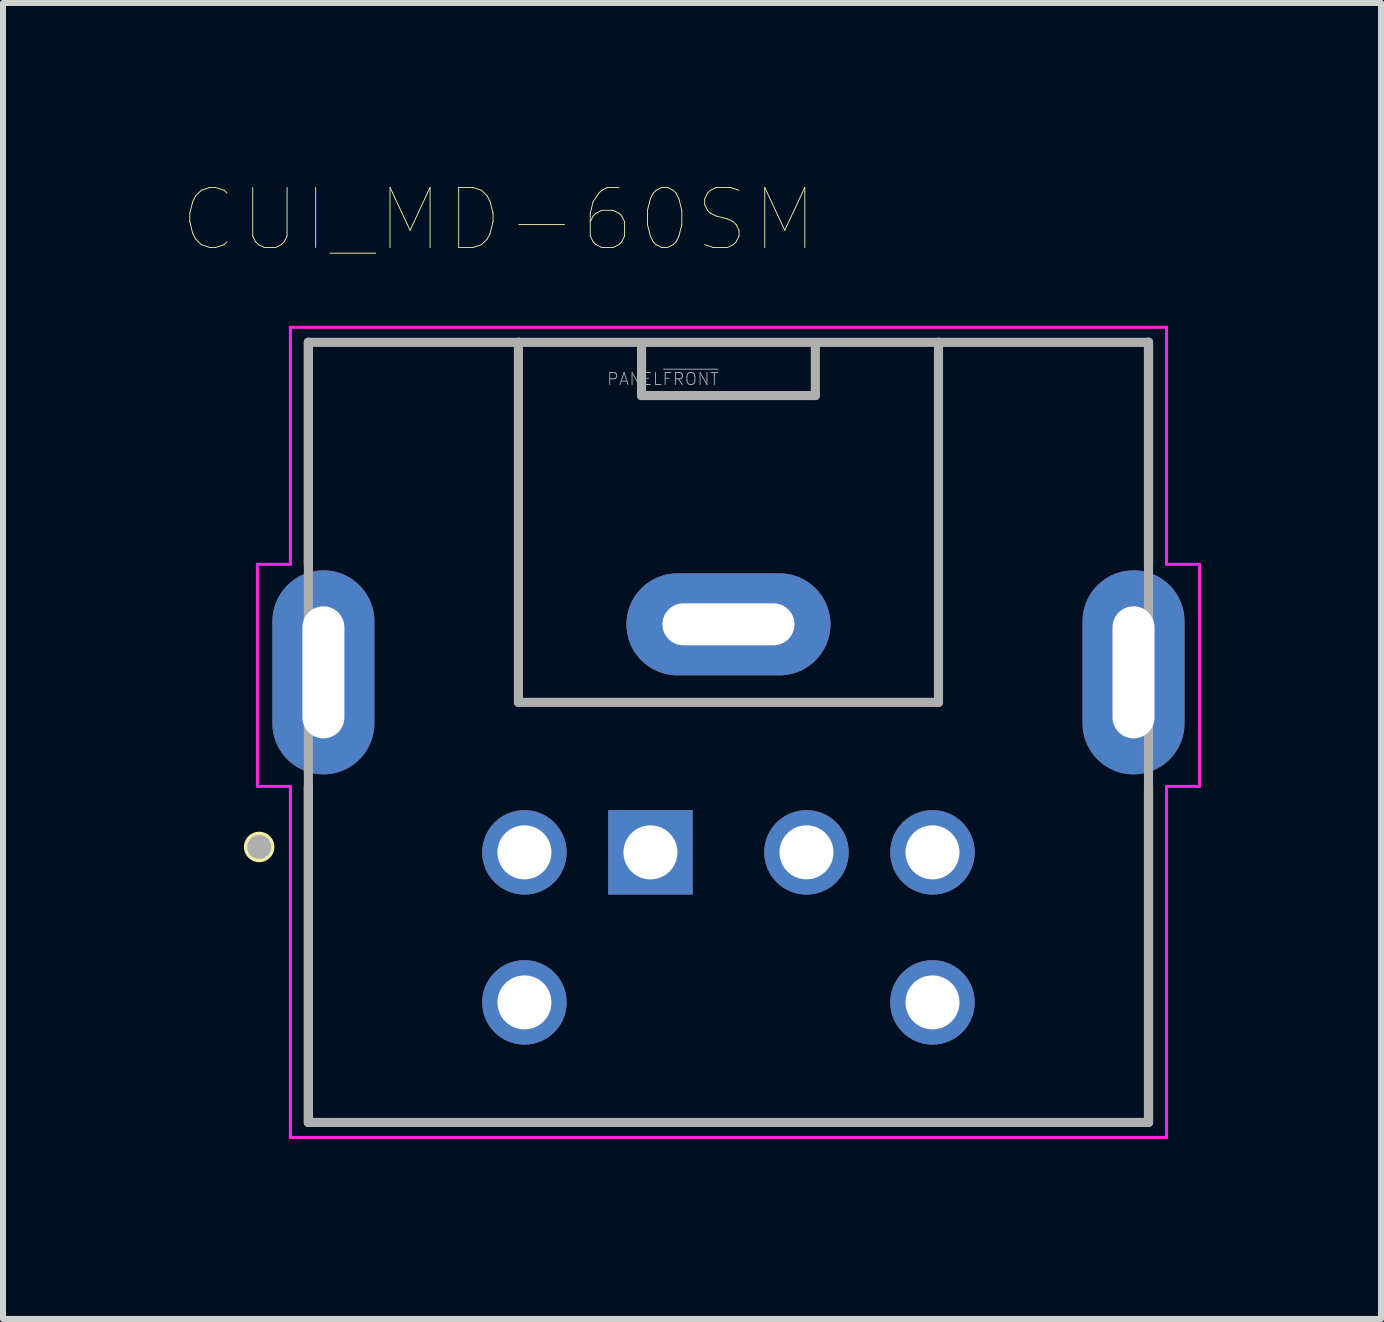
<source format=kicad_pcb>
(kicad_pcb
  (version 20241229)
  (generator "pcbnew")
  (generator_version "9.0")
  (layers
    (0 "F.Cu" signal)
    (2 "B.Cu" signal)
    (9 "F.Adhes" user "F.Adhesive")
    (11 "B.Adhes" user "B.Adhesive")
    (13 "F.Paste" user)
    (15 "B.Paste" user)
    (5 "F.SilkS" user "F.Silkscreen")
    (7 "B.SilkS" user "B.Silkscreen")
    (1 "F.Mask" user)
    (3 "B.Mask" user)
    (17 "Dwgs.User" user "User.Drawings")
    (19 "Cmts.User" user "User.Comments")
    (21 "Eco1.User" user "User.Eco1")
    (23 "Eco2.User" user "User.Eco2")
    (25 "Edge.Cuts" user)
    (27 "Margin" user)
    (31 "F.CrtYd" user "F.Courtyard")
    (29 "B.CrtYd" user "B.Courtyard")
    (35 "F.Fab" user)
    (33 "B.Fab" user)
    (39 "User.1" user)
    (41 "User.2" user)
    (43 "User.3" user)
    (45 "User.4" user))
  (footprint "CUI_MD-60SM"
    (layer "F.Cu")
    (at 9.089 9.154)
    (property "Reference" "CUI_MD-60SM" (at -3.828 -8.542 0) (layer "F.SilkS") (effects (font (size 1.001 1.001) (thickness 0.015))))
    (attr through_hole)
    (fp_line (start -7 -6.5) (end -7 -2.8) (stroke (width 0.152) (type solid)) (layer "F.SilkS"))
    (fp_line (start -7 -6.5) (end 7 -6.5) (stroke (width 0.127) (type solid)) (layer "F.SilkS"))
    (fp_line (start -7 6.5) (end -7 0.9) (stroke (width 0.152) (type solid)) (layer "F.SilkS"))
    (fp_line (start 7 -6.5) (end 7 -2.8) (stroke (width 0.152) (type solid)) (layer "F.SilkS"))
    (fp_line (start 7 6.5) (end -7 6.5) (stroke (width 0.127) (type solid)) (layer "F.SilkS"))
    (fp_line (start 7 6.5) (end 7 0.9) (stroke (width 0.152) (type solid)) (layer "F.SilkS"))
    (fp_circle (center -7.82 1.91) (end -7.566 1.91) (stroke (width 0) (type solid)) (fill yes) (layer "F.SilkS"))
    (fp_line (start -7.85 -2.8) (end -7.3 -2.8) (stroke (width 0.05) (type solid)) (layer "F.CrtYd"))
    (fp_line (start -7.85 0.9) (end -7.85 -2.8) (stroke (width 0.05) (type solid)) (layer "F.CrtYd"))
    (fp_line (start -7.3 -6.75) (end 7.3 -6.75) (stroke (width 0.05) (type solid)) (layer "F.CrtYd"))
    (fp_line (start -7.3 -2.8) (end -7.3 -6.75) (stroke (width 0.05) (type solid)) (layer "F.CrtYd"))
    (fp_line (start -7.3 0.9) (end -7.85 0.9) (stroke (width 0.05) (type solid)) (layer "F.CrtYd"))
    (fp_line (start -7.3 6.75) (end -7.3 0.9) (stroke (width 0.05) (type solid)) (layer "F.CrtYd"))
    (fp_line (start 7.3 -6.75) (end 7.3 -2.8) (stroke (width 0.05) (type solid)) (layer "F.CrtYd"))
    (fp_line (start 7.3 -2.8) (end 7.85 -2.8) (stroke (width 0.05) (type solid)) (layer "F.CrtYd"))
    (fp_line (start 7.3 0.9) (end 7.3 6.75) (stroke (width 0.05) (type solid)) (layer "F.CrtYd"))
    (fp_line (start 7.3 6.75) (end -7.3 6.75) (stroke (width 0.05) (type solid)) (layer "F.CrtYd"))
    (fp_line (start 7.85 -2.8) (end 7.85 0.9) (stroke (width 0.05) (type solid)) (layer "F.CrtYd"))
    (fp_line (start 7.85 0.9) (end 7.3 0.9) (stroke (width 0.05) (type solid)) (layer "F.CrtYd"))
    (fp_line (start -7 -6.5) (end -3.5 -6.5) (stroke (width 0.152) (type solid)) (layer "F.Fab"))
    (fp_line (start -7 6.5) (end -7 -6.5) (stroke (width 0.152) (type solid)) (layer "F.Fab"))
    (fp_line (start -3.5 -6.5) (end -3.5 -0.5) (stroke (width 0.152) (type solid)) (layer "F.Fab"))
    (fp_line (start -3.5 -6.5) (end 3.5 -6.5) (stroke (width 0.152) (type solid)) (layer "F.Fab"))
    (fp_line (start -3.5 -0.5) (end 3.5 -0.5) (stroke (width 0.152) (type solid)) (layer "F.Fab"))
    (fp_line (start -1.448 -6.42) (end -1.448 -5.612) (stroke (width 0.152) (type solid)) (layer "F.Fab"))
    (fp_line (start -1.448 -5.612) (end 1.448 -5.612) (stroke (width 0.152) (type solid)) (layer "F.Fab"))
    (fp_line (start 1.448 -5.612) (end 1.448 -6.42) (stroke (width 0.152) (type solid)) (layer "F.Fab"))
    (fp_line (start 3.5 -6.5) (end 7 -6.5) (stroke (width 0.152) (type solid)) (layer "F.Fab"))
    (fp_line (start 3.5 -0.5) (end 3.5 -6.5) (stroke (width 0.152) (type solid)) (layer "F.Fab"))
    (fp_line (start 7 -6.5) (end 7 6.5) (stroke (width 0.152) (type solid)) (layer "F.Fab"))
    (fp_line (start 7 6.5) (end -7 6.5) (stroke (width 0.152) (type solid)) (layer "F.Fab"))
    (fp_circle (center -7.82 1.91) (end -7.62 1.91) (stroke (width 0) (type solid)) (fill yes) (layer "F.Fab"))
    (fp_text user "PANEL~{FRONT}" (at -1.092 -5.888 0) (layer "F.Fab") (effects (font (size 0.2 0.2) (thickness 0.015))))
    (pad "1" thru_hole rect (at -1.3 2) (size 1.408 1.408) (drill 0.9) (layers "*.Cu" "*.Mask"))
    (pad "2" thru_hole circle (at 1.3 2) (size 1.408 1.408) (drill 0.9) (layers "*.Cu" "*.Mask"))
    (pad "3" thru_hole circle (at -3.4 2) (size 1.408 1.408) (drill 0.9) (layers "*.Cu" "*.Mask"))
    (pad "4" thru_hole circle (at 3.4 2) (size 1.408 1.408) (drill 0.9) (layers "*.Cu" "*.Mask"))
    (pad "5" thru_hole circle (at -3.4 4.5) (size 1.408 1.408) (drill 0.9) (layers "*.Cu" "*.Mask"))
    (pad "6" thru_hole circle (at 3.4 4.5) (size 1.408 1.408) (drill 0.9) (layers "*.Cu" "*.Mask"))
    (pad "S1" thru_hole oval (at 0 -1.8) (size 3.4 1.7) (drill oval 2.2 0.7) (layers "*.Cu" "*.Mask"))
    (pad "S2" thru_hole oval (at -6.75 -1) (size 1.7 3.4) (drill oval 0.7 2.2) (layers "*.Cu" "*.Mask"))
    (pad "S3" thru_hole oval (at 6.75 -1) (size 1.7 3.4) (drill oval 0.7 2.2) (layers "*.Cu" "*.Mask")))
  (gr_rect
    (start -3 -3)
    (end 19.964 18.929)
    (stroke (width 0.1) (type default))
    (fill no)
    (layer "Edge.Cuts")))
</source>
